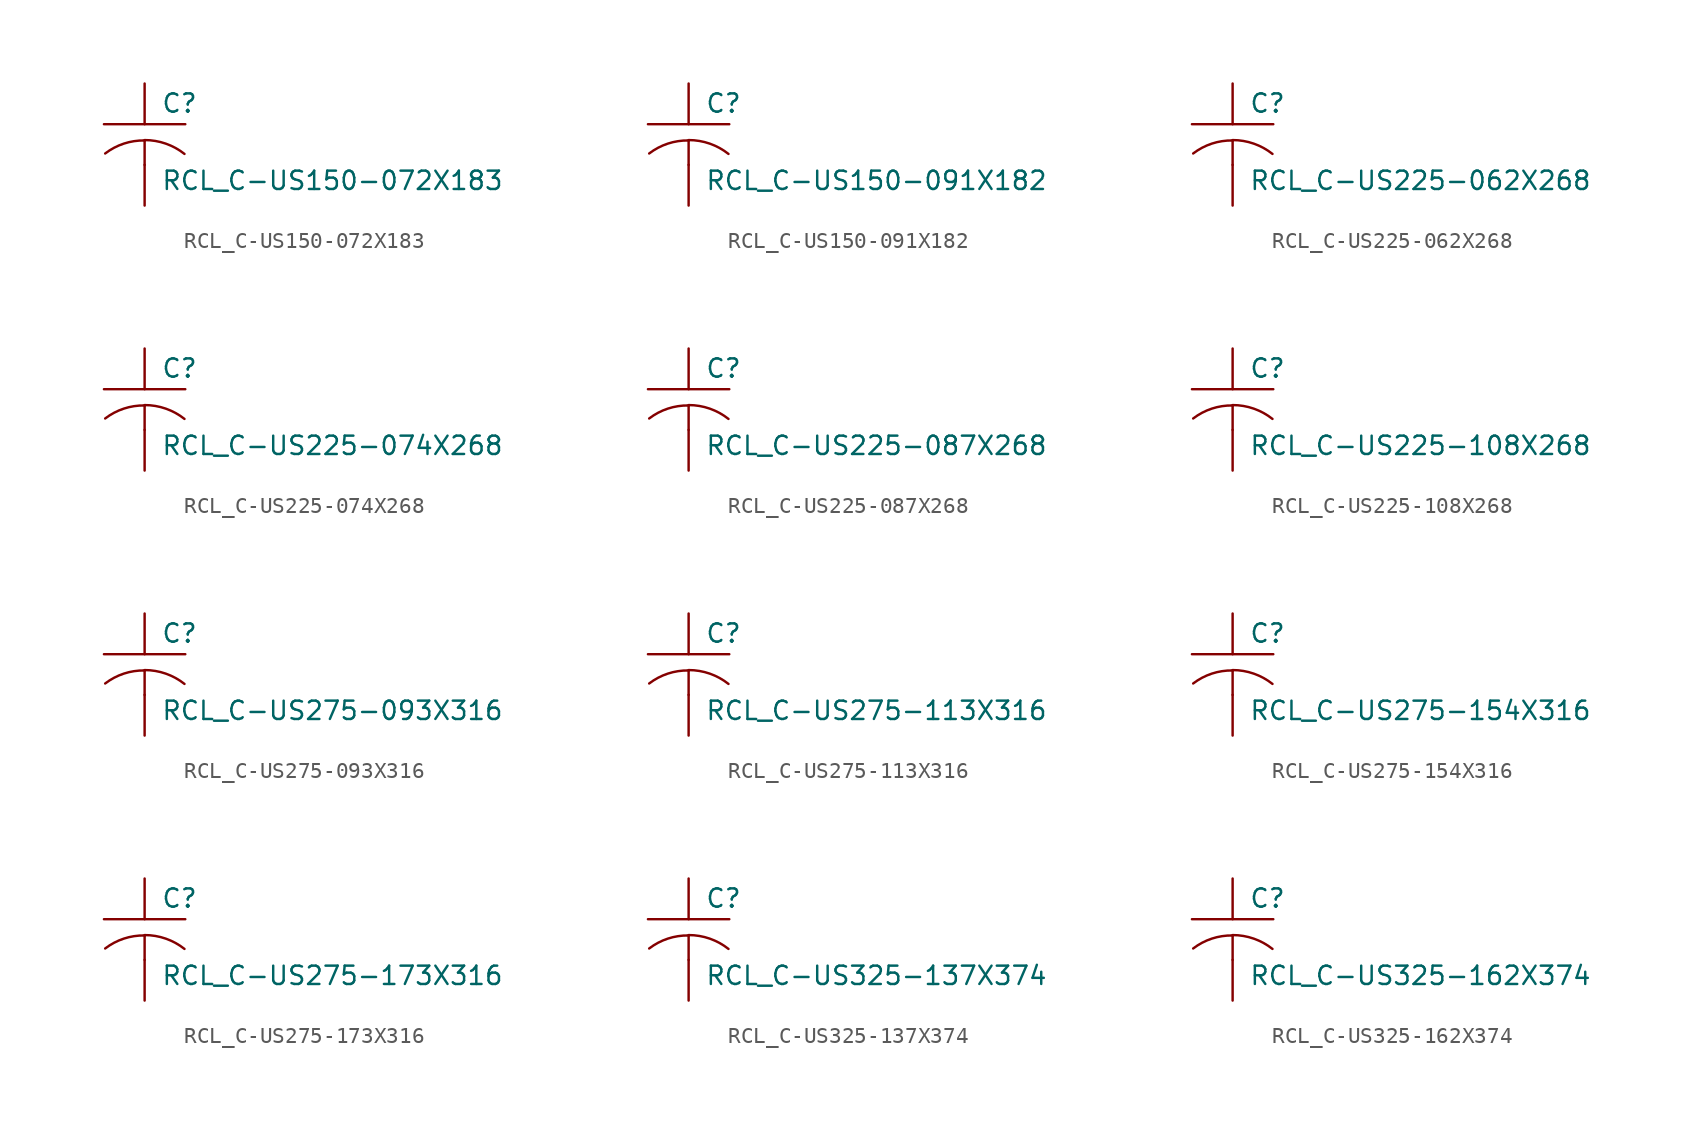
<source format=kicad_sym>
(kicad_symbol_lib
  (version 20210619)
  (generator kicad_symbol_editor)
  (symbol "RCL_C-US150-072X183"
    (pin_numbers hide)
    (pin_names
      (offset 1.016) hide)
    (property "Reference" "C"
      (at 1.016 0.635 0)
      (effects (font (size 1.143 1.143)) (justify left bottom)))
    (property "Value" "RCL_C-US150-072X183"
      (at 1.016 -4.191 0)
      (effects (font (size 1.143 1.143)) (justify left bottom)))
    (property "ki_locked" ""
      (at 0 0 0)
      (effects (font (size 1.27 1.27))))
    (symbol "RCL_C-US150-072X183_1_0"
      (polyline (pts (xy -2.54 0) (xy 2.54 0)) (stroke (width 0)) (fill (type none)))
      (polyline (pts (xy 0 -1.016) (xy 0 -2.54)) (stroke (width 0)) (fill (type none)))
      (polyline (pts (xy 0 -1.016) (xy 0 -1.016)) (stroke (width 0)) (fill (type none))))
    (symbol "RCL_C-US150-072X183_1_1"
      (arc (start 0 -1.016) (end -2.4638 -1.8288) (radius (at 0 -5.08) (length 4.0386) (angles 90.1 127.3)) (stroke (width 0)) (fill (type none)))
      (arc (start 2.4892 -1.8542) (end 0 -0.9906) (radius (at 0 -5.0292) (length 4.0386) (angles 52.3 89.9)) (stroke (width 0)) (fill (type none)))
      (pin passive line (at 0 2.54 270) (length 2.54) (name "1" (effects (font (size 1.016 1.016)))) (number "1" (effects (font (size 1.016 1.016)))))
      (pin passive line (at 0 -5.08 90) (length 2.54) (name "2" (effects (font (size 1.016 1.016)))) (number "2" (effects (font (size 1.016 1.016)))))))
  (symbol "RCL_C-US150-091X182"
    (pin_numbers hide)
    (pin_names
      (offset 1.016) hide)
    (property "Reference" "C"
      (at 1.016 0.635 0)
      (effects (font (size 1.143 1.143)) (justify left bottom)))
    (property "Value" "RCL_C-US150-091X182"
      (at 1.016 -4.191 0)
      (effects (font (size 1.143 1.143)) (justify left bottom)))
    (property "ki_locked" ""
      (at 0 0 0)
      (effects (font (size 1.27 1.27))))
    (symbol "RCL_C-US150-091X182_1_0"
      (polyline (pts (xy -2.54 0) (xy 2.54 0)) (stroke (width 0)) (fill (type none)))
      (polyline (pts (xy 0 -1.016) (xy 0 -2.54)) (stroke (width 0)) (fill (type none)))
      (polyline (pts (xy 0 -1.016) (xy 0 -1.016)) (stroke (width 0)) (fill (type none))))
    (symbol "RCL_C-US150-091X182_1_1"
      (arc (start 0 -1.016) (end -2.4638 -1.8288) (radius (at 0 -5.08) (length 4.0386) (angles 90.1 127.3)) (stroke (width 0)) (fill (type none)))
      (arc (start 2.4892 -1.8542) (end 0 -0.9906) (radius (at 0 -5.0292) (length 4.0386) (angles 52.3 89.9)) (stroke (width 0)) (fill (type none)))
      (pin passive line (at 0 2.54 270) (length 2.54) (name "1" (effects (font (size 1.016 1.016)))) (number "1" (effects (font (size 1.016 1.016)))))
      (pin passive line (at 0 -5.08 90) (length 2.54) (name "2" (effects (font (size 1.016 1.016)))) (number "2" (effects (font (size 1.016 1.016)))))))
  (symbol "RCL_C-US225-062X268"
    (pin_numbers hide)
    (pin_names
      (offset 1.016) hide)
    (property "Reference" "C"
      (at 1.016 0.635 0)
      (effects (font (size 1.143 1.143)) (justify left bottom)))
    (property "Value" "RCL_C-US225-062X268"
      (at 1.016 -4.191 0)
      (effects (font (size 1.143 1.143)) (justify left bottom)))
    (property "ki_locked" ""
      (at 0 0 0)
      (effects (font (size 1.27 1.27))))
    (symbol "RCL_C-US225-062X268_1_0"
      (polyline (pts (xy -2.54 0) (xy 2.54 0)) (stroke (width 0)) (fill (type none)))
      (polyline (pts (xy 0 -1.016) (xy 0 -2.54)) (stroke (width 0)) (fill (type none)))
      (polyline (pts (xy 0 -1.016) (xy 0 -1.016)) (stroke (width 0)) (fill (type none))))
    (symbol "RCL_C-US225-062X268_1_1"
      (arc (start 0 -1.016) (end -2.4638 -1.8288) (radius (at 0 -5.08) (length 4.0386) (angles 90.1 127.3)) (stroke (width 0)) (fill (type none)))
      (arc (start 2.4892 -1.8542) (end 0 -0.9906) (radius (at 0 -5.0292) (length 4.0386) (angles 52.3 89.9)) (stroke (width 0)) (fill (type none)))
      (pin passive line (at 0 2.54 270) (length 2.54) (name "1" (effects (font (size 1.016 1.016)))) (number "1" (effects (font (size 1.016 1.016)))))
      (pin passive line (at 0 -5.08 90) (length 2.54) (name "2" (effects (font (size 1.016 1.016)))) (number "2" (effects (font (size 1.016 1.016)))))))
  (symbol "RCL_C-US225-074X268"
    (pin_numbers hide)
    (pin_names
      (offset 1.016) hide)
    (property "Reference" "C"
      (at 1.016 0.635 0)
      (effects (font (size 1.143 1.143)) (justify left bottom)))
    (property "Value" "RCL_C-US225-074X268"
      (at 1.016 -4.191 0)
      (effects (font (size 1.143 1.143)) (justify left bottom)))
    (property "ki_locked" ""
      (at 0 0 0)
      (effects (font (size 1.27 1.27))))
    (symbol "RCL_C-US225-074X268_1_0"
      (polyline (pts (xy -2.54 0) (xy 2.54 0)) (stroke (width 0)) (fill (type none)))
      (polyline (pts (xy 0 -1.016) (xy 0 -2.54)) (stroke (width 0)) (fill (type none)))
      (polyline (pts (xy 0 -1.016) (xy 0 -1.016)) (stroke (width 0)) (fill (type none))))
    (symbol "RCL_C-US225-074X268_1_1"
      (arc (start 0 -1.016) (end -2.4638 -1.8288) (radius (at 0 -5.08) (length 4.0386) (angles 90.1 127.3)) (stroke (width 0)) (fill (type none)))
      (arc (start 2.4892 -1.8542) (end 0 -0.9906) (radius (at 0 -5.0292) (length 4.0386) (angles 52.3 89.9)) (stroke (width 0)) (fill (type none)))
      (pin passive line (at 0 2.54 270) (length 2.54) (name "1" (effects (font (size 1.016 1.016)))) (number "1" (effects (font (size 1.016 1.016)))))
      (pin passive line (at 0 -5.08 90) (length 2.54) (name "2" (effects (font (size 1.016 1.016)))) (number "2" (effects (font (size 1.016 1.016)))))))
  (symbol "RCL_C-US225-087X268"
    (pin_numbers hide)
    (pin_names
      (offset 1.016) hide)
    (property "Reference" "C"
      (at 1.016 0.635 0)
      (effects (font (size 1.143 1.143)) (justify left bottom)))
    (property "Value" "RCL_C-US225-087X268"
      (at 1.016 -4.191 0)
      (effects (font (size 1.143 1.143)) (justify left bottom)))
    (property "ki_locked" ""
      (at 0 0 0)
      (effects (font (size 1.27 1.27))))
    (symbol "RCL_C-US225-087X268_1_0"
      (polyline (pts (xy -2.54 0) (xy 2.54 0)) (stroke (width 0)) (fill (type none)))
      (polyline (pts (xy 0 -1.016) (xy 0 -2.54)) (stroke (width 0)) (fill (type none)))
      (polyline (pts (xy 0 -1.016) (xy 0 -1.016)) (stroke (width 0)) (fill (type none))))
    (symbol "RCL_C-US225-087X268_1_1"
      (arc (start 0 -1.016) (end -2.4638 -1.8288) (radius (at 0 -5.08) (length 4.0386) (angles 90.1 127.3)) (stroke (width 0)) (fill (type none)))
      (arc (start 2.4892 -1.8542) (end 0 -0.9906) (radius (at 0 -5.0292) (length 4.0386) (angles 52.3 89.9)) (stroke (width 0)) (fill (type none)))
      (pin passive line (at 0 2.54 270) (length 2.54) (name "1" (effects (font (size 1.016 1.016)))) (number "1" (effects (font (size 1.016 1.016)))))
      (pin passive line (at 0 -5.08 90) (length 2.54) (name "2" (effects (font (size 1.016 1.016)))) (number "2" (effects (font (size 1.016 1.016)))))))
  (symbol "RCL_C-US225-108X268"
    (pin_numbers hide)
    (pin_names
      (offset 1.016) hide)
    (property "Reference" "C"
      (at 1.016 0.635 0)
      (effects (font (size 1.143 1.143)) (justify left bottom)))
    (property "Value" "RCL_C-US225-108X268"
      (at 1.016 -4.191 0)
      (effects (font (size 1.143 1.143)) (justify left bottom)))
    (property "ki_locked" ""
      (at 0 0 0)
      (effects (font (size 1.27 1.27))))
    (symbol "RCL_C-US225-108X268_1_0"
      (polyline (pts (xy -2.54 0) (xy 2.54 0)) (stroke (width 0)) (fill (type none)))
      (polyline (pts (xy 0 -1.016) (xy 0 -2.54)) (stroke (width 0)) (fill (type none)))
      (polyline (pts (xy 0 -1.016) (xy 0 -1.016)) (stroke (width 0)) (fill (type none))))
    (symbol "RCL_C-US225-108X268_1_1"
      (arc (start 0 -1.016) (end -2.4638 -1.8288) (radius (at 0 -5.08) (length 4.0386) (angles 90.1 127.3)) (stroke (width 0)) (fill (type none)))
      (arc (start 2.4892 -1.8542) (end 0 -0.9906) (radius (at 0 -5.0292) (length 4.0386) (angles 52.3 89.9)) (stroke (width 0)) (fill (type none)))
      (pin passive line (at 0 2.54 270) (length 2.54) (name "1" (effects (font (size 1.016 1.016)))) (number "1" (effects (font (size 1.016 1.016)))))
      (pin passive line (at 0 -5.08 90) (length 2.54) (name "2" (effects (font (size 1.016 1.016)))) (number "2" (effects (font (size 1.016 1.016)))))))
  (symbol "RCL_C-US275-093X316"
    (pin_numbers hide)
    (pin_names
      (offset 1.016) hide)
    (property "Reference" "C"
      (at 1.016 0.635 0)
      (effects (font (size 1.143 1.143)) (justify left bottom)))
    (property "Value" "RCL_C-US275-093X316"
      (at 1.016 -4.191 0)
      (effects (font (size 1.143 1.143)) (justify left bottom)))
    (property "ki_locked" ""
      (at 0 0 0)
      (effects (font (size 1.27 1.27))))
    (symbol "RCL_C-US275-093X316_1_0"
      (polyline (pts (xy -2.54 0) (xy 2.54 0)) (stroke (width 0)) (fill (type none)))
      (polyline (pts (xy 0 -1.016) (xy 0 -2.54)) (stroke (width 0)) (fill (type none)))
      (polyline (pts (xy 0 -1.016) (xy 0 -1.016)) (stroke (width 0)) (fill (type none))))
    (symbol "RCL_C-US275-093X316_1_1"
      (arc (start 0 -1.016) (end -2.4638 -1.8288) (radius (at 0 -5.08) (length 4.0386) (angles 90.1 127.3)) (stroke (width 0)) (fill (type none)))
      (arc (start 2.4892 -1.8542) (end 0 -0.9906) (radius (at 0 -5.0292) (length 4.0386) (angles 52.3 89.9)) (stroke (width 0)) (fill (type none)))
      (pin passive line (at 0 2.54 270) (length 2.54) (name "1" (effects (font (size 1.016 1.016)))) (number "1" (effects (font (size 1.016 1.016)))))
      (pin passive line (at 0 -5.08 90) (length 2.54) (name "2" (effects (font (size 1.016 1.016)))) (number "2" (effects (font (size 1.016 1.016)))))))
  (symbol "RCL_C-US275-113X316"
    (pin_numbers hide)
    (pin_names
      (offset 1.016) hide)
    (property "Reference" "C"
      (at 1.016 0.635 0)
      (effects (font (size 1.143 1.143)) (justify left bottom)))
    (property "Value" "RCL_C-US275-113X316"
      (at 1.016 -4.191 0)
      (effects (font (size 1.143 1.143)) (justify left bottom)))
    (property "ki_locked" ""
      (at 0 0 0)
      (effects (font (size 1.27 1.27))))
    (symbol "RCL_C-US275-113X316_1_0"
      (polyline (pts (xy -2.54 0) (xy 2.54 0)) (stroke (width 0)) (fill (type none)))
      (polyline (pts (xy 0 -1.016) (xy 0 -2.54)) (stroke (width 0)) (fill (type none)))
      (polyline (pts (xy 0 -1.016) (xy 0 -1.016)) (stroke (width 0)) (fill (type none))))
    (symbol "RCL_C-US275-113X316_1_1"
      (arc (start 0 -1.016) (end -2.4638 -1.8288) (radius (at 0 -5.08) (length 4.0386) (angles 90.1 127.3)) (stroke (width 0)) (fill (type none)))
      (arc (start 2.4892 -1.8542) (end 0 -0.9906) (radius (at 0 -5.0292) (length 4.0386) (angles 52.3 89.9)) (stroke (width 0)) (fill (type none)))
      (pin passive line (at 0 2.54 270) (length 2.54) (name "1" (effects (font (size 1.016 1.016)))) (number "1" (effects (font (size 1.016 1.016)))))
      (pin passive line (at 0 -5.08 90) (length 2.54) (name "2" (effects (font (size 1.016 1.016)))) (number "2" (effects (font (size 1.016 1.016)))))))
  (symbol "RCL_C-US275-154X316"
    (pin_numbers hide)
    (pin_names
      (offset 1.016) hide)
    (property "Reference" "C"
      (at 1.016 0.635 0)
      (effects (font (size 1.143 1.143)) (justify left bottom)))
    (property "Value" "RCL_C-US275-154X316"
      (at 1.016 -4.191 0)
      (effects (font (size 1.143 1.143)) (justify left bottom)))
    (property "ki_locked" ""
      (at 0 0 0)
      (effects (font (size 1.27 1.27))))
    (symbol "RCL_C-US275-154X316_1_0"
      (polyline (pts (xy -2.54 0) (xy 2.54 0)) (stroke (width 0)) (fill (type none)))
      (polyline (pts (xy 0 -1.016) (xy 0 -2.54)) (stroke (width 0)) (fill (type none)))
      (polyline (pts (xy 0 -1.016) (xy 0 -1.016)) (stroke (width 0)) (fill (type none))))
    (symbol "RCL_C-US275-154X316_1_1"
      (arc (start 0 -1.016) (end -2.4638 -1.8288) (radius (at 0 -5.08) (length 4.0386) (angles 90.1 127.3)) (stroke (width 0)) (fill (type none)))
      (arc (start 2.4892 -1.8542) (end 0 -0.9906) (radius (at 0 -5.0292) (length 4.0386) (angles 52.3 89.9)) (stroke (width 0)) (fill (type none)))
      (pin passive line (at 0 2.54 270) (length 2.54) (name "1" (effects (font (size 1.016 1.016)))) (number "1" (effects (font (size 1.016 1.016)))))
      (pin passive line (at 0 -5.08 90) (length 2.54) (name "2" (effects (font (size 1.016 1.016)))) (number "2" (effects (font (size 1.016 1.016)))))))
  (symbol "RCL_C-US275-173X316"
    (pin_numbers hide)
    (pin_names
      (offset 1.016) hide)
    (property "Reference" "C"
      (at 1.016 0.635 0)
      (effects (font (size 1.143 1.143)) (justify left bottom)))
    (property "Value" "RCL_C-US275-173X316"
      (at 1.016 -4.191 0)
      (effects (font (size 1.143 1.143)) (justify left bottom)))
    (property "ki_locked" ""
      (at 0 0 0)
      (effects (font (size 1.27 1.27))))
    (symbol "RCL_C-US275-173X316_1_0"
      (polyline (pts (xy -2.54 0) (xy 2.54 0)) (stroke (width 0)) (fill (type none)))
      (polyline (pts (xy 0 -1.016) (xy 0 -2.54)) (stroke (width 0)) (fill (type none)))
      (polyline (pts (xy 0 -1.016) (xy 0 -1.016)) (stroke (width 0)) (fill (type none))))
    (symbol "RCL_C-US275-173X316_1_1"
      (arc (start 0 -1.016) (end -2.4638 -1.8288) (radius (at 0 -5.08) (length 4.0386) (angles 90.1 127.3)) (stroke (width 0)) (fill (type none)))
      (arc (start 2.4892 -1.8542) (end 0 -0.9906) (radius (at 0 -5.0292) (length 4.0386) (angles 52.3 89.9)) (stroke (width 0)) (fill (type none)))
      (pin passive line (at 0 2.54 270) (length 2.54) (name "1" (effects (font (size 1.016 1.016)))) (number "1" (effects (font (size 1.016 1.016)))))
      (pin passive line (at 0 -5.08 90) (length 2.54) (name "2" (effects (font (size 1.016 1.016)))) (number "2" (effects (font (size 1.016 1.016)))))))
  (symbol "RCL_C-US325-137X374"
    (pin_numbers hide)
    (pin_names
      (offset 1.016) hide)
    (property "Reference" "C"
      (at 1.016 0.635 0)
      (effects (font (size 1.143 1.143)) (justify left bottom)))
    (property "Value" "RCL_C-US325-137X374"
      (at 1.016 -4.191 0)
      (effects (font (size 1.143 1.143)) (justify left bottom)))
    (property "ki_locked" ""
      (at 0 0 0)
      (effects (font (size 1.27 1.27))))
    (symbol "RCL_C-US325-137X374_1_0"
      (polyline (pts (xy -2.54 0) (xy 2.54 0)) (stroke (width 0)) (fill (type none)))
      (polyline (pts (xy 0 -1.016) (xy 0 -2.54)) (stroke (width 0)) (fill (type none)))
      (polyline (pts (xy 0 -1.016) (xy 0 -1.016)) (stroke (width 0)) (fill (type none))))
    (symbol "RCL_C-US325-137X374_1_1"
      (arc (start 0 -1.016) (end -2.4638 -1.8288) (radius (at 0 -5.08) (length 4.0386) (angles 90.1 127.3)) (stroke (width 0)) (fill (type none)))
      (arc (start 2.4892 -1.8542) (end 0 -0.9906) (radius (at 0 -5.0292) (length 4.0386) (angles 52.3 89.9)) (stroke (width 0)) (fill (type none)))
      (pin passive line (at 0 2.54 270) (length 2.54) (name "1" (effects (font (size 1.016 1.016)))) (number "1" (effects (font (size 1.016 1.016)))))
      (pin passive line (at 0 -5.08 90) (length 2.54) (name "2" (effects (font (size 1.016 1.016)))) (number "2" (effects (font (size 1.016 1.016)))))))
  (symbol "RCL_C-US325-162X374"
    (pin_numbers hide)
    (pin_names
      (offset 1.016) hide)
    (property "Reference" "C"
      (at 1.016 0.635 0)
      (effects (font (size 1.143 1.143)) (justify left bottom)))
    (property "Value" "RCL_C-US325-162X374"
      (at 1.016 -4.191 0)
      (effects (font (size 1.143 1.143)) (justify left bottom)))
    (property "ki_locked" ""
      (at 0 0 0)
      (effects (font (size 1.27 1.27))))
    (symbol "RCL_C-US325-162X374_1_0"
      (polyline (pts (xy -2.54 0) (xy 2.54 0)) (stroke (width 0)) (fill (type none)))
      (polyline (pts (xy 0 -1.016) (xy 0 -2.54)) (stroke (width 0)) (fill (type none)))
      (polyline (pts (xy 0 -1.016) (xy 0 -1.016)) (stroke (width 0)) (fill (type none))))
    (symbol "RCL_C-US325-162X374_1_1"
      (arc (start 0 -1.016) (end -2.4638 -1.8288) (radius (at 0 -5.08) (length 4.0386) (angles 90.1 127.3)) (stroke (width 0)) (fill (type none)))
      (arc (start 2.4892 -1.8542) (end 0 -0.9906) (radius (at 0 -5.0292) (length 4.0386) (angles 52.3 89.9)) (stroke (width 0)) (fill (type none)))
      (pin passive line (at 0 2.54 270) (length 2.54) (name "1" (effects (font (size 1.016 1.016)))) (number "1" (effects (font (size 1.016 1.016)))))
      (pin passive line (at 0 -5.08 90) (length 2.54) (name "2" (effects (font (size 1.016 1.016)))) (number "2" (effects (font (size 1.016 1.016))))))))
</source>
